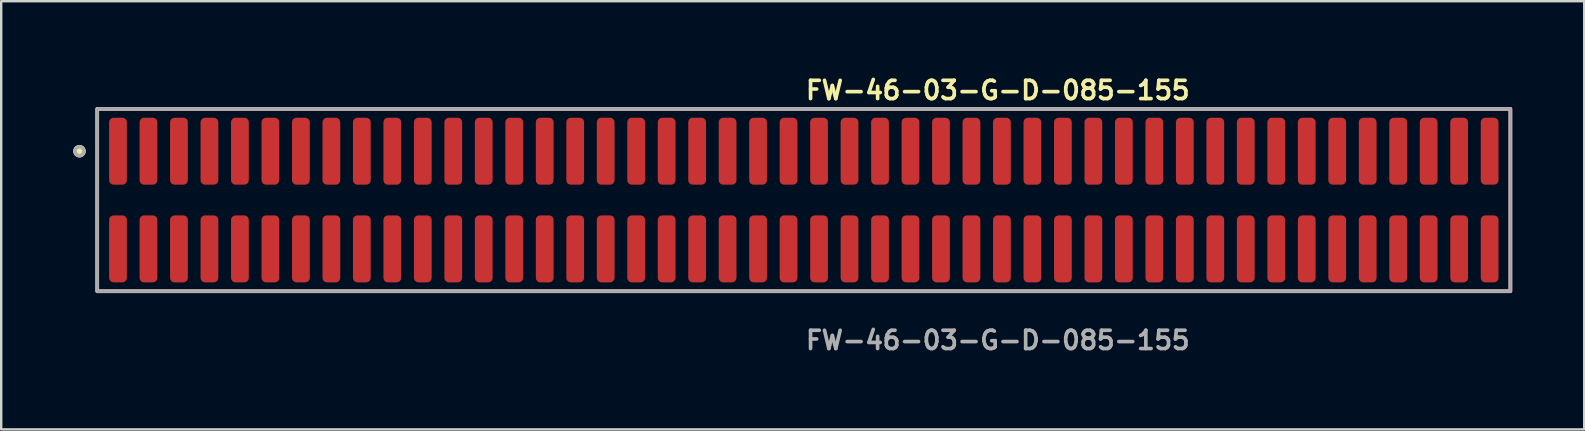
<source format=kicad_pcb>
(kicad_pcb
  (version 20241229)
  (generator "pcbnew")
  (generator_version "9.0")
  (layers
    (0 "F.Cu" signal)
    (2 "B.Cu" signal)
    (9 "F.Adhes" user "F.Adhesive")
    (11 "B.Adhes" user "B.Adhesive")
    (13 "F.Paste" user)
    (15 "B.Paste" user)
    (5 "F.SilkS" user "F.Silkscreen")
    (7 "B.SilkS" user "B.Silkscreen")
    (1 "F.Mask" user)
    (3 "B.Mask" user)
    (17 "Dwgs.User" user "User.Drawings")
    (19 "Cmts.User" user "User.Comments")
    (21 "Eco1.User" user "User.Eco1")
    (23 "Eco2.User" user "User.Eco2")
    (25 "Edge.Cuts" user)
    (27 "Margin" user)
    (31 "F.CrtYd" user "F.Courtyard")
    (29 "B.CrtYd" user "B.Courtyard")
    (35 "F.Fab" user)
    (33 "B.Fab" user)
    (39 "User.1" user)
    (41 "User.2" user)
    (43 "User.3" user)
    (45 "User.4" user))
  (footprint "FW-46-03-G-D-085-155"
    (layer "F.Cu")
    (at 30.441 5.285)
    (property "Reference" "FW-46-03-G-D-085-155" (at 0 -4.572 0) (unlocked yes) (layer "F.SilkS") (effects (font (size 0.762 0.762) (thickness 0.152)) (justify left)))
    (fp_rect (start -29.44 3.8) (end 29.44 -3.8) (stroke (width 0.152) (type solid)) (fill no) (layer "F.SilkS"))
    (fp_circle (center -30.18 -2.035) (end -30.365 -2.035) (stroke (width 0.152) (type solid)) (fill yes) (layer "F.SilkS"))
    (fp_rect (start -29.44 3.8) (end 29.44 -3.8) (stroke (width 0.006) (type solid)) (fill no) (layer "F.CrtYd"))
    (fp_rect (start -29.44 3.8) (end 29.44 -3.8) (stroke (width 0.152) (type solid)) (fill no) (layer "F.Fab"))
    (fp_circle (center -30.18 -2.035) (end -30.365 -2.035) (stroke (width 0.152) (type solid)) (fill no) (layer "F.Fab"))
    (fp_text user "${REFERENCE}" (at 0 5.842 0) (unlocked yes) (layer "F.Fab") (effects (font (size 0.762 0.762) (thickness 0.152)) (justify left)))
    (pad "1" smd roundrect (at -28.575 -2.035) (size 0.74 2.79) (layers "F.Cu" "F.Paste") (roundrect_rratio 0.25))
    (pad "2" smd roundrect (at -28.575 2.035) (size 0.74 2.79) (layers "F.Cu" "F.Paste") (roundrect_rratio 0.25))
    (pad "3" smd roundrect (at -27.305 -2.035) (size 0.74 2.79) (layers "F.Cu" "F.Paste") (roundrect_rratio 0.25))
    (pad "4" smd roundrect (at -27.305 2.035) (size 0.74 2.79) (layers "F.Cu" "F.Paste") (roundrect_rratio 0.25))
    (pad "5" smd roundrect (at -26.035 -2.035) (size 0.74 2.79) (layers "F.Cu" "F.Paste") (roundrect_rratio 0.25))
    (pad "6" smd roundrect (at -26.035 2.035) (size 0.74 2.79) (layers "F.Cu" "F.Paste") (roundrect_rratio 0.25))
    (pad "7" smd roundrect (at -24.765 -2.035) (size 0.74 2.79) (layers "F.Cu" "F.Paste") (roundrect_rratio 0.25))
    (pad "8" smd roundrect (at -24.765 2.035) (size 0.74 2.79) (layers "F.Cu" "F.Paste") (roundrect_rratio 0.25))
    (pad "9" smd roundrect (at -23.495 -2.035) (size 0.74 2.79) (layers "F.Cu" "F.Paste") (roundrect_rratio 0.25))
    (pad "10" smd roundrect (at -23.495 2.035) (size 0.74 2.79) (layers "F.Cu" "F.Paste") (roundrect_rratio 0.25))
    (pad "11" smd roundrect (at -22.225 -2.035) (size 0.74 2.79) (layers "F.Cu" "F.Paste") (roundrect_rratio 0.25))
    (pad "12" smd roundrect (at -22.225 2.035) (size 0.74 2.79) (layers "F.Cu" "F.Paste") (roundrect_rratio 0.25))
    (pad "13" smd roundrect (at -20.955 -2.035) (size 0.74 2.79) (layers "F.Cu" "F.Paste") (roundrect_rratio 0.25))
    (pad "14" smd roundrect (at -20.955 2.035) (size 0.74 2.79) (layers "F.Cu" "F.Paste") (roundrect_rratio 0.25))
    (pad "15" smd roundrect (at -19.685 -2.035) (size 0.74 2.79) (layers "F.Cu" "F.Paste") (roundrect_rratio 0.25))
    (pad "16" smd roundrect (at -19.685 2.035) (size 0.74 2.79) (layers "F.Cu" "F.Paste") (roundrect_rratio 0.25))
    (pad "17" smd roundrect (at -18.415 -2.035) (size 0.74 2.79) (layers "F.Cu" "F.Paste") (roundrect_rratio 0.25))
    (pad "18" smd roundrect (at -18.415 2.035) (size 0.74 2.79) (layers "F.Cu" "F.Paste") (roundrect_rratio 0.25))
    (pad "19" smd roundrect (at -17.145 -2.035) (size 0.74 2.79) (layers "F.Cu" "F.Paste") (roundrect_rratio 0.25))
    (pad "20" smd roundrect (at -17.145 2.035) (size 0.74 2.79) (layers "F.Cu" "F.Paste") (roundrect_rratio 0.25))
    (pad "21" smd roundrect (at -15.875 -2.035) (size 0.74 2.79) (layers "F.Cu" "F.Paste") (roundrect_rratio 0.25))
    (pad "22" smd roundrect (at -15.875 2.035) (size 0.74 2.79) (layers "F.Cu" "F.Paste") (roundrect_rratio 0.25))
    (pad "23" smd roundrect (at -14.605 -2.035) (size 0.74 2.79) (layers "F.Cu" "F.Paste") (roundrect_rratio 0.25))
    (pad "24" smd roundrect (at -14.605 2.035) (size 0.74 2.79) (layers "F.Cu" "F.Paste") (roundrect_rratio 0.25))
    (pad "25" smd roundrect (at -13.335 -2.035) (size 0.74 2.79) (layers "F.Cu" "F.Paste") (roundrect_rratio 0.25))
    (pad "26" smd roundrect (at -13.335 2.035) (size 0.74 2.79) (layers "F.Cu" "F.Paste") (roundrect_rratio 0.25))
    (pad "27" smd roundrect (at -12.065 -2.035) (size 0.74 2.79) (layers "F.Cu" "F.Paste") (roundrect_rratio 0.25))
    (pad "28" smd roundrect (at -12.065 2.035) (size 0.74 2.79) (layers "F.Cu" "F.Paste") (roundrect_rratio 0.25))
    (pad "29" smd roundrect (at -10.795 -2.035) (size 0.74 2.79) (layers "F.Cu" "F.Paste") (roundrect_rratio 0.25))
    (pad "30" smd roundrect (at -10.795 2.035) (size 0.74 2.79) (layers "F.Cu" "F.Paste") (roundrect_rratio 0.25))
    (pad "31" smd roundrect (at -9.525 -2.035) (size 0.74 2.79) (layers "F.Cu" "F.Paste") (roundrect_rratio 0.25))
    (pad "32" smd roundrect (at -9.525 2.035) (size 0.74 2.79) (layers "F.Cu" "F.Paste") (roundrect_rratio 0.25))
    (pad "33" smd roundrect (at -8.255 -2.035) (size 0.74 2.79) (layers "F.Cu" "F.Paste") (roundrect_rratio 0.25))
    (pad "34" smd roundrect (at -8.255 2.035) (size 0.74 2.79) (layers "F.Cu" "F.Paste") (roundrect_rratio 0.25))
    (pad "35" smd roundrect (at -6.985 -2.035) (size 0.74 2.79) (layers "F.Cu" "F.Paste") (roundrect_rratio 0.25))
    (pad "36" smd roundrect (at -6.985 2.035) (size 0.74 2.79) (layers "F.Cu" "F.Paste") (roundrect_rratio 0.25))
    (pad "37" smd roundrect (at -5.715 -2.035) (size 0.74 2.79) (layers "F.Cu" "F.Paste") (roundrect_rratio 0.25))
    (pad "38" smd roundrect (at -5.715 2.035) (size 0.74 2.79) (layers "F.Cu" "F.Paste") (roundrect_rratio 0.25))
    (pad "39" smd roundrect (at -4.445 -2.035) (size 0.74 2.79) (layers "F.Cu" "F.Paste") (roundrect_rratio 0.25))
    (pad "40" smd roundrect (at -4.445 2.035) (size 0.74 2.79) (layers "F.Cu" "F.Paste") (roundrect_rratio 0.25))
    (pad "41" smd roundrect (at -3.175 -2.035) (size 0.74 2.79) (layers "F.Cu" "F.Paste") (roundrect_rratio 0.25))
    (pad "42" smd roundrect (at -3.175 2.035) (size 0.74 2.79) (layers "F.Cu" "F.Paste") (roundrect_rratio 0.25))
    (pad "43" smd roundrect (at -1.905 -2.035) (size 0.74 2.79) (layers "F.Cu" "F.Paste") (roundrect_rratio 0.25))
    (pad "44" smd roundrect (at -1.905 2.035) (size 0.74 2.79) (layers "F.Cu" "F.Paste") (roundrect_rratio 0.25))
    (pad "45" smd roundrect (at -0.635 -2.035) (size 0.74 2.79) (layers "F.Cu" "F.Paste") (roundrect_rratio 0.25))
    (pad "46" smd roundrect (at -0.635 2.035) (size 0.74 2.79) (layers "F.Cu" "F.Paste") (roundrect_rratio 0.25))
    (pad "47" smd roundrect (at 0.635 -2.035) (size 0.74 2.79) (layers "F.Cu" "F.Paste") (roundrect_rratio 0.25))
    (pad "48" smd roundrect (at 0.635 2.035) (size 0.74 2.79) (layers "F.Cu" "F.Paste") (roundrect_rratio 0.25))
    (pad "49" smd roundrect (at 1.905 -2.035) (size 0.74 2.79) (layers "F.Cu" "F.Paste") (roundrect_rratio 0.25))
    (pad "50" smd roundrect (at 1.905 2.035) (size 0.74 2.79) (layers "F.Cu" "F.Paste") (roundrect_rratio 0.25))
    (pad "51" smd roundrect (at 3.175 -2.035) (size 0.74 2.79) (layers "F.Cu" "F.Paste") (roundrect_rratio 0.25))
    (pad "52" smd roundrect (at 3.175 2.035) (size 0.74 2.79) (layers "F.Cu" "F.Paste") (roundrect_rratio 0.25))
    (pad "53" smd roundrect (at 4.445 -2.035) (size 0.74 2.79) (layers "F.Cu" "F.Paste") (roundrect_rratio 0.25))
    (pad "54" smd roundrect (at 4.445 2.035) (size 0.74 2.79) (layers "F.Cu" "F.Paste") (roundrect_rratio 0.25))
    (pad "55" smd roundrect (at 5.715 -2.035) (size 0.74 2.79) (layers "F.Cu" "F.Paste") (roundrect_rratio 0.25))
    (pad "56" smd roundrect (at 5.715 2.035) (size 0.74 2.79) (layers "F.Cu" "F.Paste") (roundrect_rratio 0.25))
    (pad "57" smd roundrect (at 6.985 -2.035) (size 0.74 2.79) (layers "F.Cu" "F.Paste") (roundrect_rratio 0.25))
    (pad "58" smd roundrect (at 6.985 2.035) (size 0.74 2.79) (layers "F.Cu" "F.Paste") (roundrect_rratio 0.25))
    (pad "59" smd roundrect (at 8.255 -2.035) (size 0.74 2.79) (layers "F.Cu" "F.Paste") (roundrect_rratio 0.25))
    (pad "60" smd roundrect (at 8.255 2.035) (size 0.74 2.79) (layers "F.Cu" "F.Paste") (roundrect_rratio 0.25))
    (pad "61" smd roundrect (at 9.525 -2.035) (size 0.74 2.79) (layers "F.Cu" "F.Paste") (roundrect_rratio 0.25))
    (pad "62" smd roundrect (at 9.525 2.035) (size 0.74 2.79) (layers "F.Cu" "F.Paste") (roundrect_rratio 0.25))
    (pad "63" smd roundrect (at 10.795 -2.035) (size 0.74 2.79) (layers "F.Cu" "F.Paste") (roundrect_rratio 0.25))
    (pad "64" smd roundrect (at 10.795 2.035) (size 0.74 2.79) (layers "F.Cu" "F.Paste") (roundrect_rratio 0.25))
    (pad "65" smd roundrect (at 12.065 -2.035) (size 0.74 2.79) (layers "F.Cu" "F.Paste") (roundrect_rratio 0.25))
    (pad "66" smd roundrect (at 12.065 2.035) (size 0.74 2.79) (layers "F.Cu" "F.Paste") (roundrect_rratio 0.25))
    (pad "67" smd roundrect (at 13.335 -2.035) (size 0.74 2.79) (layers "F.Cu" "F.Paste") (roundrect_rratio 0.25))
    (pad "68" smd roundrect (at 13.335 2.035) (size 0.74 2.79) (layers "F.Cu" "F.Paste") (roundrect_rratio 0.25))
    (pad "69" smd roundrect (at 14.605 -2.035) (size 0.74 2.79) (layers "F.Cu" "F.Paste") (roundrect_rratio 0.25))
    (pad "70" smd roundrect (at 14.605 2.035) (size 0.74 2.79) (layers "F.Cu" "F.Paste") (roundrect_rratio 0.25))
    (pad "71" smd roundrect (at 15.875 -2.035) (size 0.74 2.79) (layers "F.Cu" "F.Paste") (roundrect_rratio 0.25))
    (pad "72" smd roundrect (at 15.875 2.035) (size 0.74 2.79) (layers "F.Cu" "F.Paste") (roundrect_rratio 0.25))
    (pad "73" smd roundrect (at 17.145 -2.035) (size 0.74 2.79) (layers "F.Cu" "F.Paste") (roundrect_rratio 0.25))
    (pad "74" smd roundrect (at 17.145 2.035) (size 0.74 2.79) (layers "F.Cu" "F.Paste") (roundrect_rratio 0.25))
    (pad "75" smd roundrect (at 18.415 -2.035) (size 0.74 2.79) (layers "F.Cu" "F.Paste") (roundrect_rratio 0.25))
    (pad "76" smd roundrect (at 18.415 2.035) (size 0.74 2.79) (layers "F.Cu" "F.Paste") (roundrect_rratio 0.25))
    (pad "77" smd roundrect (at 19.685 -2.035) (size 0.74 2.79) (layers "F.Cu" "F.Paste") (roundrect_rratio 0.25))
    (pad "78" smd roundrect (at 19.685 2.035) (size 0.74 2.79) (layers "F.Cu" "F.Paste") (roundrect_rratio 0.25))
    (pad "79" smd roundrect (at 20.955 -2.035) (size 0.74 2.79) (layers "F.Cu" "F.Paste") (roundrect_rratio 0.25))
    (pad "80" smd roundrect (at 20.955 2.035) (size 0.74 2.79) (layers "F.Cu" "F.Paste") (roundrect_rratio 0.25))
    (pad "81" smd roundrect (at 22.225 -2.035) (size 0.74 2.79) (layers "F.Cu" "F.Paste") (roundrect_rratio 0.25))
    (pad "82" smd roundrect (at 22.225 2.035) (size 0.74 2.79) (layers "F.Cu" "F.Paste") (roundrect_rratio 0.25))
    (pad "83" smd roundrect (at 23.495 -2.035) (size 0.74 2.79) (layers "F.Cu" "F.Paste") (roundrect_rratio 0.25))
    (pad "84" smd roundrect (at 23.495 2.035) (size 0.74 2.79) (layers "F.Cu" "F.Paste") (roundrect_rratio 0.25))
    (pad "85" smd roundrect (at 24.765 -2.035) (size 0.74 2.79) (layers "F.Cu" "F.Paste") (roundrect_rratio 0.25))
    (pad "86" smd roundrect (at 24.765 2.035) (size 0.74 2.79) (layers "F.Cu" "F.Paste") (roundrect_rratio 0.25))
    (pad "87" smd roundrect (at 26.035 -2.035) (size 0.74 2.79) (layers "F.Cu" "F.Paste") (roundrect_rratio 0.25))
    (pad "88" smd roundrect (at 26.035 2.035) (size 0.74 2.79) (layers "F.Cu" "F.Paste") (roundrect_rratio 0.25))
    (pad "89" smd roundrect (at 27.305 -2.035) (size 0.74 2.79) (layers "F.Cu" "F.Paste") (roundrect_rratio 0.25))
    (pad "90" smd roundrect (at 27.305 2.035) (size 0.74 2.79) (layers "F.Cu" "F.Paste") (roundrect_rratio 0.25))
    (pad "91" smd roundrect (at 28.575 -2.035) (size 0.74 2.79) (layers "F.Cu" "F.Paste") (roundrect_rratio 0.25))
    (pad "92" smd roundrect (at 28.575 2.035) (size 0.74 2.79) (layers "F.Cu" "F.Paste") (roundrect_rratio 0.25)))
  (gr_rect
    (start -3 -3)
    (end 62.957 14.84)
    (stroke (width 0.1) (type default))
    (fill no)
    (layer "Edge.Cuts")))
</source>
